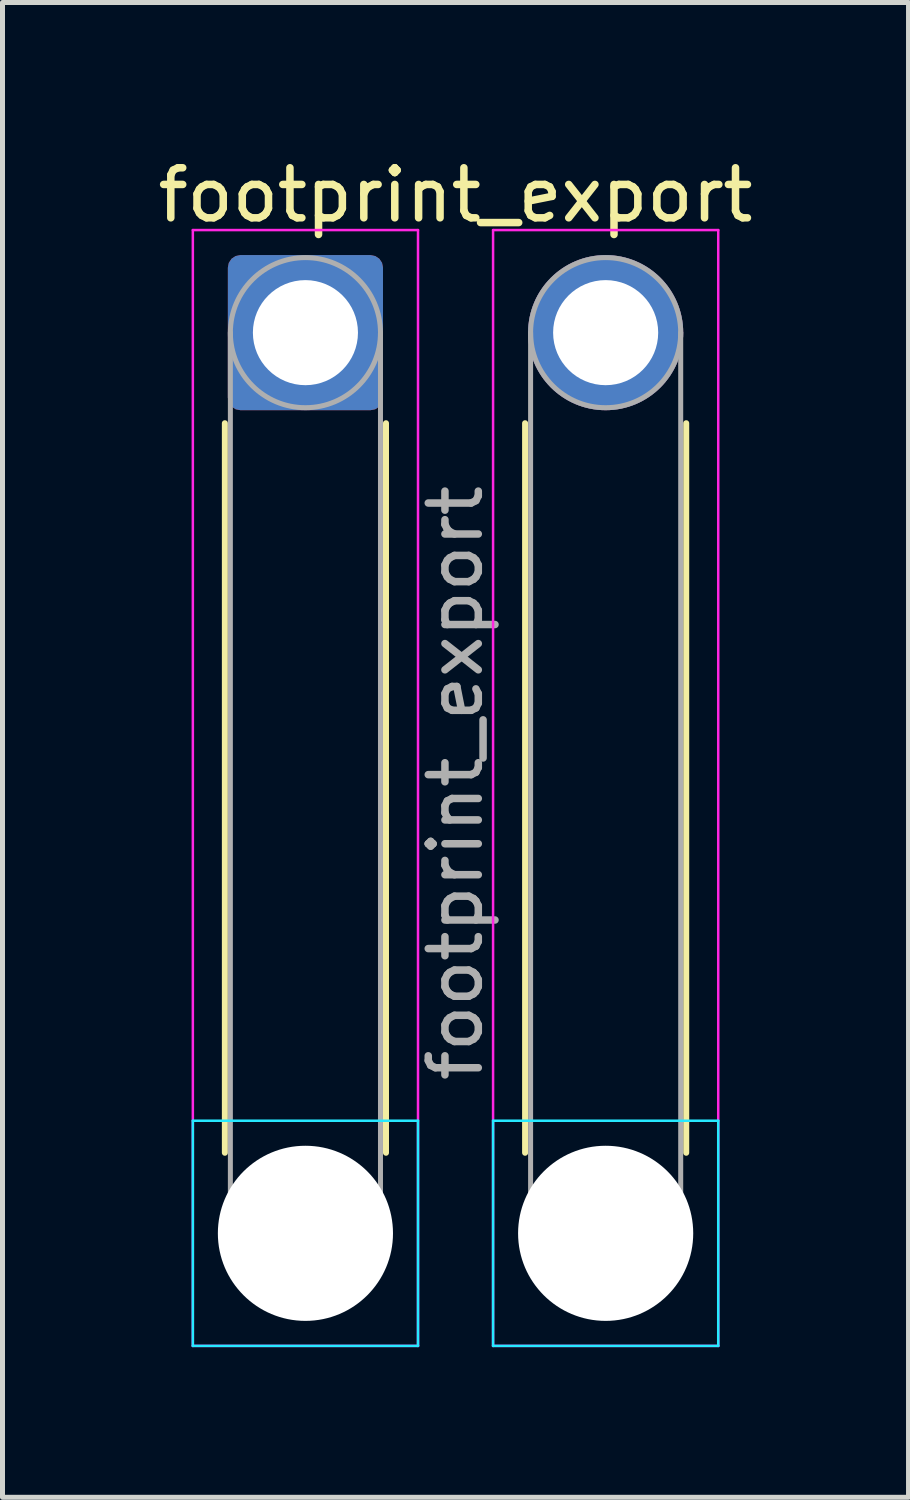
<source format=kicad_pcb>
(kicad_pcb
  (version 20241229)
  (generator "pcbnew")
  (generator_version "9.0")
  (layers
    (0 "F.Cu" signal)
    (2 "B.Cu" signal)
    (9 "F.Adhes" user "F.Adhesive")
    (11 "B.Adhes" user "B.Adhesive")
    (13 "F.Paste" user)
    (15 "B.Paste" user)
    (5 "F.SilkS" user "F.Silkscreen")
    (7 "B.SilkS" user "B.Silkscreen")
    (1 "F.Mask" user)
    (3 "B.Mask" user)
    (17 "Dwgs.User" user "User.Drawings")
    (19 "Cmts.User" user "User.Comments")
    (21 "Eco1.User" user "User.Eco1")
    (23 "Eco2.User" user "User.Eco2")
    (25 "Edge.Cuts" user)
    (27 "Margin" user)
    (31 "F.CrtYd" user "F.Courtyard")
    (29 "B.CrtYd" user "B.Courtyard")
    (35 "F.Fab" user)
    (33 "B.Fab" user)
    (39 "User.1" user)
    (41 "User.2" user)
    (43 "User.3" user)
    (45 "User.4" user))
  (footprint "footprint_export"
    (layer "F.Cu")
    (at 3.054 3.598)
    (property "Reference" "footprint_export" (at 3 -2.75 0) (layer "F.SilkS") (effects (font (size 1 1) (thickness 0.15))))
    (attr exclude_from_pos_files exclude_from_bom)
    (fp_line (start -1.61 1.81) (end -1.61 16.39) (stroke (width 0.12) (type solid)) (layer "F.SilkS"))
    (fp_line (start 1.61 1.81) (end 1.61 16.39) (stroke (width 0.12) (type solid)) (layer "F.SilkS"))
    (fp_line (start 4.39 1.81) (end 4.39 16.39) (stroke (width 0.12) (type solid)) (layer "F.SilkS"))
    (fp_line (start 7.61 1.81) (end 7.61 16.39) (stroke (width 0.12) (type solid)) (layer "F.SilkS"))
    (fp_line (start -2.25 15.75) (end -2.25 20.25) (stroke (width 0.05) (type solid)) (layer "B.CrtYd"))
    (fp_line (start -2.25 20.25) (end 2.25 20.25) (stroke (width 0.05) (type solid)) (layer "B.CrtYd"))
    (fp_line (start 2.25 15.75) (end -2.25 15.75) (stroke (width 0.05) (type solid)) (layer "B.CrtYd"))
    (fp_line (start 2.25 20.25) (end 2.25 15.75) (stroke (width 0.05) (type solid)) (layer "B.CrtYd"))
    (fp_line (start 3.75 15.75) (end 3.75 20.25) (stroke (width 0.05) (type solid)) (layer "B.CrtYd"))
    (fp_line (start 3.75 20.25) (end 8.25 20.25) (stroke (width 0.05) (type solid)) (layer "B.CrtYd"))
    (fp_line (start 8.25 15.75) (end 3.75 15.75) (stroke (width 0.05) (type solid)) (layer "B.CrtYd"))
    (fp_line (start 8.25 20.25) (end 8.25 15.75) (stroke (width 0.05) (type solid)) (layer "B.CrtYd"))
    (fp_line (start -2.25 -2.05) (end -2.25 20.25) (stroke (width 0.05) (type solid)) (layer "F.CrtYd"))
    (fp_line (start -2.25 20.25) (end 2.25 20.25) (stroke (width 0.05) (type solid)) (layer "F.CrtYd"))
    (fp_line (start 2.25 -2.05) (end -2.25 -2.05) (stroke (width 0.05) (type solid)) (layer "F.CrtYd"))
    (fp_line (start 2.25 20.25) (end 2.25 -2.05) (stroke (width 0.05) (type solid)) (layer "F.CrtYd"))
    (fp_line (start 3.75 -2.05) (end 3.75 20.25) (stroke (width 0.05) (type solid)) (layer "F.CrtYd"))
    (fp_line (start 3.75 20.25) (end 8.25 20.25) (stroke (width 0.05) (type solid)) (layer "F.CrtYd"))
    (fp_line (start 8.25 -2.05) (end 3.75 -2.05) (stroke (width 0.05) (type solid)) (layer "F.CrtYd"))
    (fp_line (start 8.25 20.25) (end 8.25 -2.05) (stroke (width 0.05) (type solid)) (layer "F.CrtYd"))
    (fp_line (start -1.5 0) (end -1.5 18) (stroke (width 0.1) (type solid)) (layer "F.Fab"))
    (fp_line (start 1.5 0) (end 1.5 18) (stroke (width 0.1) (type solid)) (layer "F.Fab"))
    (fp_line (start 4.5 0) (end 4.5 18) (stroke (width 0.1) (type solid)) (layer "F.Fab"))
    (fp_line (start 7.5 0) (end 7.5 18) (stroke (width 0.1) (type solid)) (layer "F.Fab"))
    (fp_circle (center 0 0) (end 1.5 0) (stroke (width 0.1) (type solid)) (fill no) (layer "F.Fab"))
    (fp_circle (center 0 18) (end 1.5 18) (stroke (width 0.1) (type solid)) (fill no) (layer "F.Fab"))
    (fp_circle (center 6 0) (end 7.5 0) (stroke (width 0.1) (type solid)) (fill no) (layer "F.Fab"))
    (fp_circle (center 6 18) (end 7.5 18) (stroke (width 0.1) (type solid)) (fill no) (layer "F.Fab"))
    (fp_text user "${REFERENCE}" (at 3 9 90) (layer "F.Fab") (effects (font (size 1 1) (thickness 0.15))))
    (pad "" np_thru_hole circle (at 0 18) (size 3.5 3.5) (drill 3.5) (layers "*.Cu" "*.Mask"))
    (pad "" np_thru_hole circle (at 6 18) (size 3.5 3.5) (drill 3.5) (layers "*.Cu" "*.Mask"))
    (pad "1" thru_hole roundrect (at 0 0) (size 3.1 3.1) (drill 2.1) (layers "*.Cu" "*.Mask") (roundrect_rratio 0.081))
    (pad "2" thru_hole circle (at 6 0) (size 3.1 3.1) (drill 2.1) (layers "*.Cu" "*.Mask")))
  (gr_rect
    (start -3 -3)
    (end 15.107 26.873)
    (stroke (width 0.1) (type default))
    (fill no)
    (layer "Edge.Cuts")))
</source>
